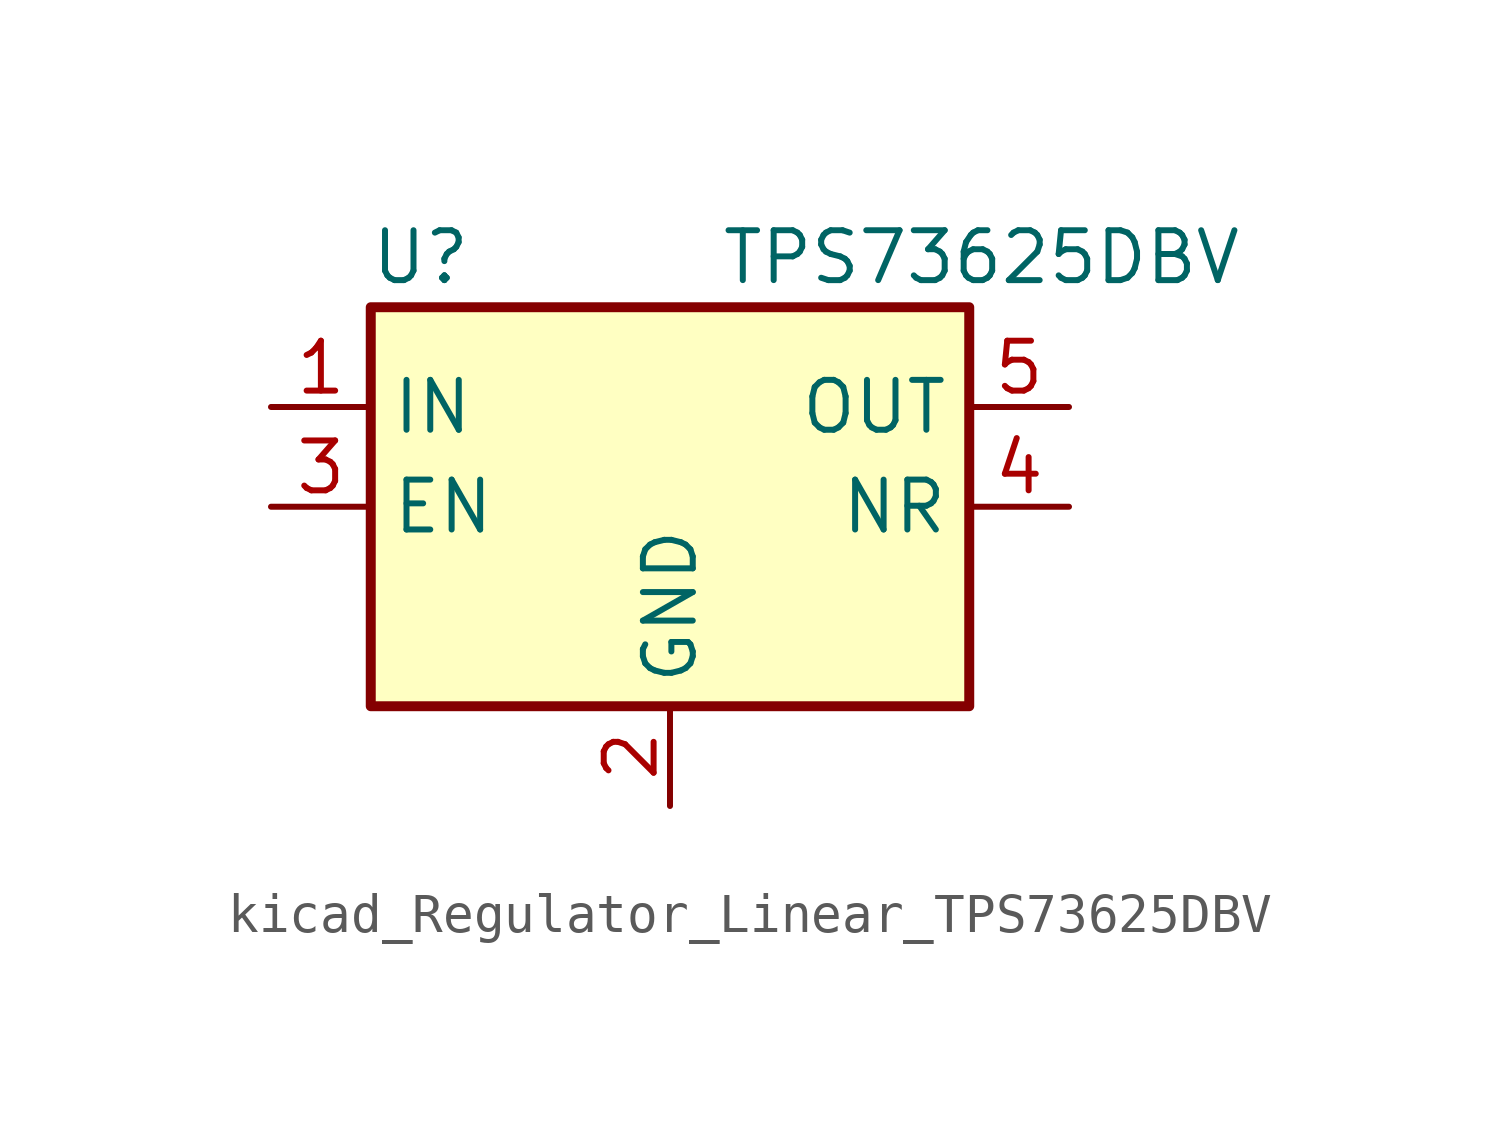
<source format=kicad_sym>
(kicad_symbol_lib
  (version 20220914)
  (generator kicad_symbol_editor)
  (symbol "kicad_Regulator_Linear_TPS73625DBV"
    (property "Reference" "U"
      (at -6.35 6.35 0)
      (effects (font (size 1.27 1.27))))
    (property "Value" "TPS73625DBV"
      (at 1.27 6.35 0)
      (effects (font (size 1.27 1.27)) (justify left)))
    (symbol "kicad_Regulator_Linear_TPS73625DBV_0_1"
      (rectangle (start -7.62 -5.08) (end 7.62 5.08) (stroke (width 0.254) (type default)) (fill (type background))))
    (symbol "kicad_Regulator_Linear_TPS73625DBV_1_1"
      (pin power_in line (at -10.16 2.54 0) (length 2.54) (name "IN" (effects (font (size 1.27 1.27)))) (number "1" (effects (font (size 1.27 1.27)))))
      (pin power_in line (at 0 -7.62 90) (length 2.54) (name "GND" (effects (font (size 1.27 1.27)))) (number "2" (effects (font (size 1.27 1.27)))))
      (pin input line (at -10.16 0 0) (length 2.54) (name "EN" (effects (font (size 1.27 1.27)))) (number "3" (effects (font (size 1.27 1.27)))))
      (pin passive line (at 10.16 0 180) (length 2.54) (name "NR" (effects (font (size 1.27 1.27)))) (number "4" (effects (font (size 1.27 1.27)))))
      (pin power_out line (at 10.16 2.54 180) (length 2.54) (name "OUT" (effects (font (size 1.27 1.27)))) (number "5" (effects (font (size 1.27 1.27))))))))
</source>
